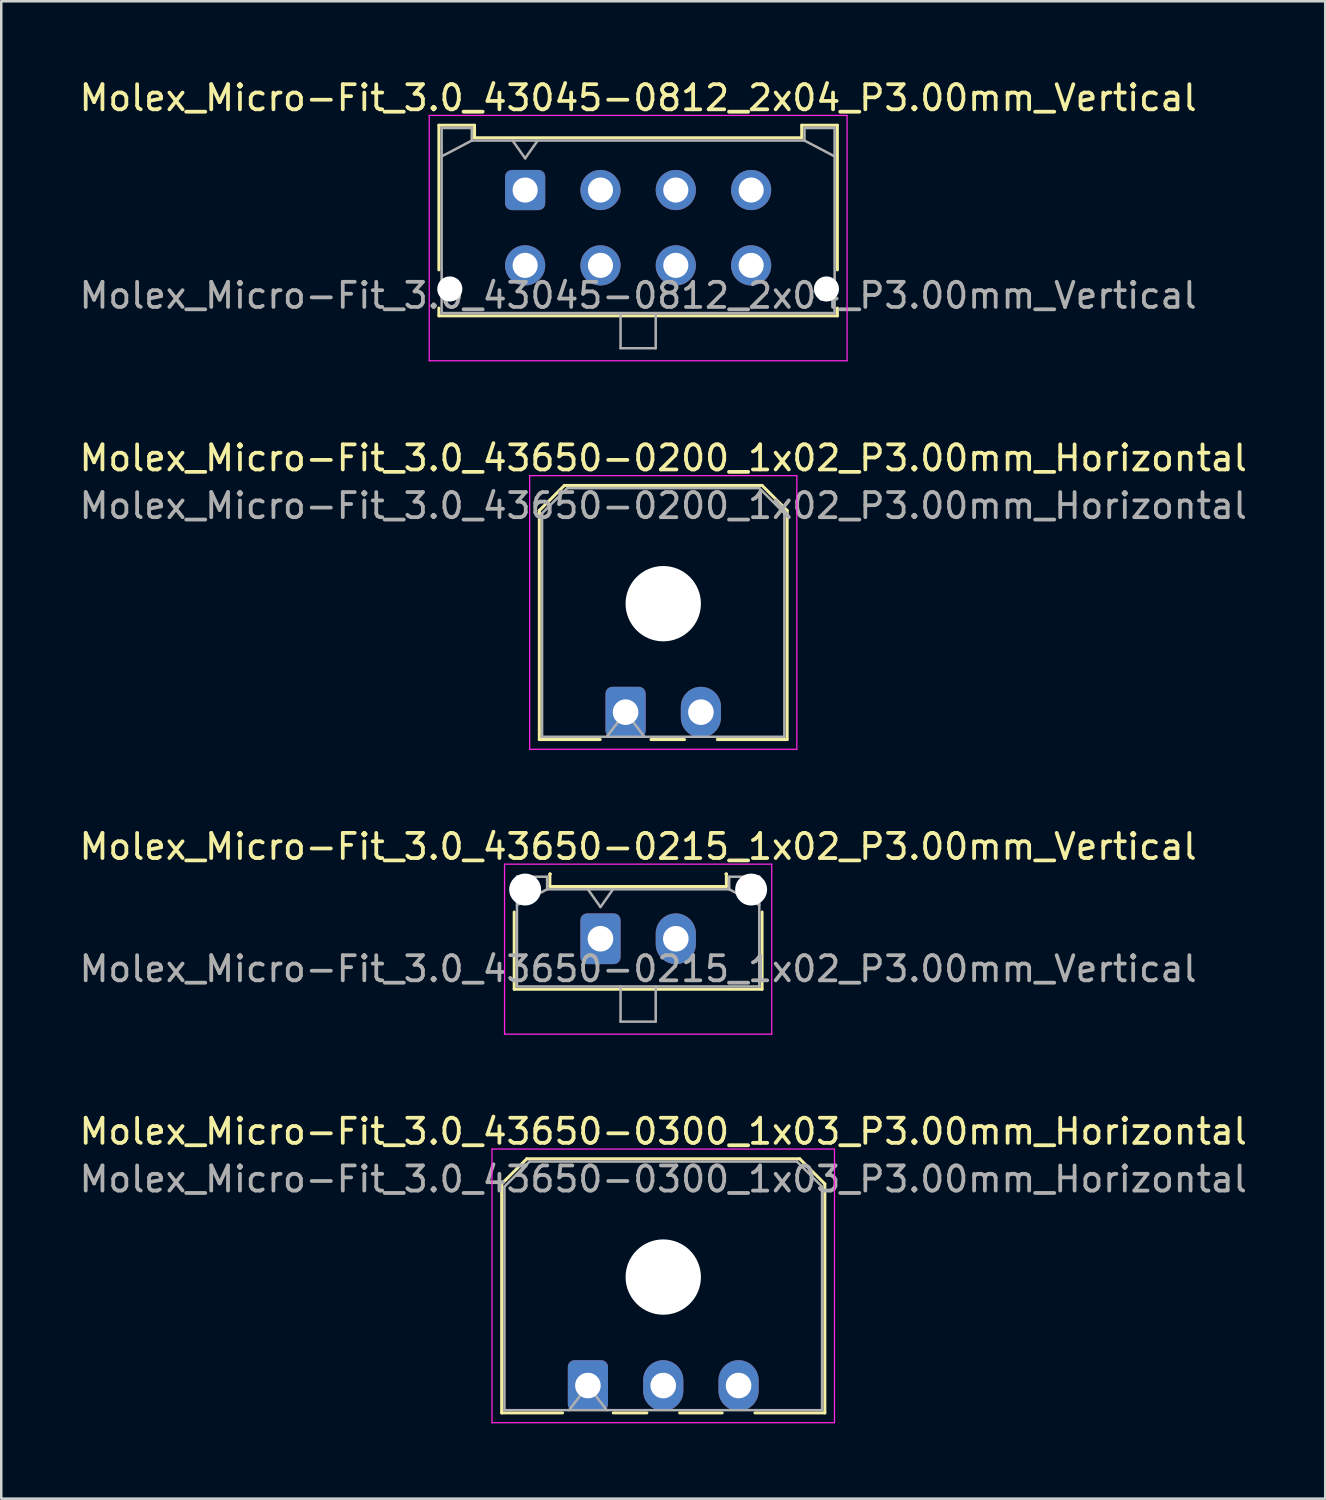
<source format=kicad_pcb>
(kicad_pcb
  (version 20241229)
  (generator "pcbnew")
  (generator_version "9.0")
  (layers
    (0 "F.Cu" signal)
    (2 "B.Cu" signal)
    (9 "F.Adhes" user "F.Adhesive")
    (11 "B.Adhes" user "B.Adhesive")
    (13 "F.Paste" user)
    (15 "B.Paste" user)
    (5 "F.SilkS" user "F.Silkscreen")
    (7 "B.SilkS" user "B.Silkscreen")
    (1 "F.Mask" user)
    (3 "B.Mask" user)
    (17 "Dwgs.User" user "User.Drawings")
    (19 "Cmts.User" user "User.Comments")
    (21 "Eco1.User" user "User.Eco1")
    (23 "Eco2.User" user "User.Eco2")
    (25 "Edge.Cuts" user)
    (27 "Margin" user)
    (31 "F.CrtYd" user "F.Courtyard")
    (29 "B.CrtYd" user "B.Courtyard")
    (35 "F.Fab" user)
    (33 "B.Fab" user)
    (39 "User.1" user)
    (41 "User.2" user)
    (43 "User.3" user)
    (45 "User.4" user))
  (footprint "Molex_Micro-Fit_3.0_43650-0200_1x02_P3.00mm_Horizontal"
    (layer "F.Cu")
    (at 21.863 25.311)
    (property "Reference" "Molex_Micro-Fit_3.0_43650-0200_1x02_P3.00mm_Horizontal" (at 1.5 -10.12 0) (layer "F.SilkS") (effects (font (size 1 1) (thickness 0.15))))
    (attr through_hole)
    (fp_line (start -3.435 -8.03) (end -2.435 -9.03) (stroke (width 0.12) (type solid)) (layer "F.SilkS"))
    (fp_line (start -3.435 1.09) (end -3.435 -8.03) (stroke (width 0.12) (type solid)) (layer "F.SilkS"))
    (fp_line (start -3.435 1.09) (end -1.01 1.09) (stroke (width 0.12) (type solid)) (layer "F.SilkS"))
    (fp_line (start -2.435 -9.03) (end 5.435 -9.03) (stroke (width 0.12) (type solid)) (layer "F.SilkS"))
    (fp_line (start 1.01 1.09) (end 2.348 1.09) (stroke (width 0.12) (type solid)) (layer "F.SilkS"))
    (fp_line (start 5.435 -9.03) (end 6.435 -8.03) (stroke (width 0.12) (type solid)) (layer "F.SilkS"))
    (fp_line (start 6.435 -8.03) (end 6.435 1.09) (stroke (width 0.12) (type solid)) (layer "F.SilkS"))
    (fp_line (start 6.435 1.09) (end 3.652 1.09) (stroke (width 0.12) (type solid)) (layer "F.SilkS"))
    (fp_line (start -3.82 -9.42) (end 6.82 -9.42) (stroke (width 0.05) (type solid)) (layer "F.CrtYd"))
    (fp_line (start -3.82 1.48) (end -3.82 -9.42) (stroke (width 0.05) (type solid)) (layer "F.CrtYd"))
    (fp_line (start 6.82 -9.42) (end 6.82 1.48) (stroke (width 0.05) (type solid)) (layer "F.CrtYd"))
    (fp_line (start 6.82 1.48) (end -3.82 1.48) (stroke (width 0.05) (type solid)) (layer "F.CrtYd"))
    (fp_line (start -3.325 -7.92) (end -2.325 -8.92) (stroke (width 0.1) (type solid)) (layer "F.Fab"))
    (fp_line (start -3.325 0.98) (end -3.325 -7.92) (stroke (width 0.1) (type solid)) (layer "F.Fab"))
    (fp_line (start -2.325 -8.92) (end 5.325 -8.92) (stroke (width 0.1) (type solid)) (layer "F.Fab"))
    (fp_line (start -0.75 0.98) (end 0 0) (stroke (width 0.1) (type solid)) (layer "F.Fab"))
    (fp_line (start 0 0) (end 0.75 0.98) (stroke (width 0.1) (type solid)) (layer "F.Fab"))
    (fp_line (start 5.325 -8.92) (end 6.325 -7.92) (stroke (width 0.1) (type solid)) (layer "F.Fab"))
    (fp_line (start 6.325 -7.92) (end 6.325 0.98) (stroke (width 0.1) (type solid)) (layer "F.Fab"))
    (fp_line (start 6.325 0.98) (end -3.325 0.98) (stroke (width 0.1) (type solid)) (layer "F.Fab"))
    (fp_text user "${REFERENCE}" (at 1.5 -8.22 0) (layer "F.Fab") (effects (font (size 1 1) (thickness 0.15))))
    (pad "" np_thru_hole circle (at 1.5 -4.32) (size 3 3) (drill 3) (layers "*.Cu" "*.Mask"))
    (pad "1" thru_hole roundrect (at 0 0) (size 1.6 2.02) (drill 1.02) (layers "*.Cu" "*.Mask") (roundrect_rratio 0.167))
    (pad "2" thru_hole oval (at 3 0) (size 1.6 2.02) (drill 1.02) (layers "*.Cu" "*.Mask")))
  (footprint "Molex_Micro-Fit_3.0_43650-0215_1x02_P3.00mm_Vertical"
    (layer "F.Cu")
    (at 20.863 34.335)
    (property "Reference" "Molex_Micro-Fit_3.0_43650-0215_1x02_P3.00mm_Vertical" (at 1.5 -3.67 0) (layer "F.SilkS") (effects (font (size 1 1) (thickness 0.15))))
    (attr through_hole)
    (fp_line (start -3.435 -1.065) (end -3.435 2.01) (stroke (width 0.12) (type solid)) (layer "F.SilkS"))
    (fp_line (start -3.435 2.01) (end 6.435 2.01) (stroke (width 0.12) (type solid)) (layer "F.SilkS"))
    (fp_line (start -2.015 -2.58) (end -2.015 -2.08) (stroke (width 0.12) (type solid)) (layer "F.SilkS"))
    (fp_line (start -2.015 -2.08) (end 5.015 -2.08) (stroke (width 0.12) (type solid)) (layer "F.SilkS"))
    (fp_line (start -1.995 -2.58) (end -2.015 -2.58) (stroke (width 0.12) (type solid)) (layer "F.SilkS"))
    (fp_line (start 5.015 -2.58) (end 4.995 -2.58) (stroke (width 0.12) (type solid)) (layer "F.SilkS"))
    (fp_line (start 5.015 -2.08) (end 5.015 -2.58) (stroke (width 0.12) (type solid)) (layer "F.SilkS"))
    (fp_line (start 6.435 2.01) (end 6.435 -1.065) (stroke (width 0.12) (type solid)) (layer "F.SilkS"))
    (fp_line (start -3.82 -2.97) (end 6.82 -2.97) (stroke (width 0.05) (type solid)) (layer "F.CrtYd"))
    (fp_line (start -3.82 3.8) (end -3.82 -2.97) (stroke (width 0.05) (type solid)) (layer "F.CrtYd"))
    (fp_line (start 6.82 -2.97) (end 6.82 3.8) (stroke (width 0.05) (type solid)) (layer "F.CrtYd"))
    (fp_line (start 6.82 3.8) (end -3.82 3.8) (stroke (width 0.05) (type solid)) (layer "F.CrtYd"))
    (fp_line (start -3.325 -2.47) (end -3.325 1.9) (stroke (width 0.1) (type solid)) (layer "F.Fab"))
    (fp_line (start -3.325 -1.34) (end -2.125 -1.97) (stroke (width 0.1) (type solid)) (layer "F.Fab"))
    (fp_line (start -3.325 1.9) (end 6.325 1.9) (stroke (width 0.1) (type solid)) (layer "F.Fab"))
    (fp_line (start -2.125 -2.47) (end -3.325 -2.47) (stroke (width 0.1) (type solid)) (layer "F.Fab"))
    (fp_line (start -2.125 -1.97) (end -2.125 -2.47) (stroke (width 0.1) (type solid)) (layer "F.Fab"))
    (fp_line (start -0.5 -1.97) (end 0 -1.263) (stroke (width 0.1) (type solid)) (layer "F.Fab"))
    (fp_line (start 0 -1.263) (end 0.5 -1.97) (stroke (width 0.1) (type solid)) (layer "F.Fab"))
    (fp_line (start 0.8 1.9) (end 0.8 3.3) (stroke (width 0.1) (type solid)) (layer "F.Fab"))
    (fp_line (start 0.8 3.3) (end 2.2 3.3) (stroke (width 0.1) (type solid)) (layer "F.Fab"))
    (fp_line (start 2.2 3.3) (end 2.2 1.9) (stroke (width 0.1) (type solid)) (layer "F.Fab"))
    (fp_line (start 5.125 -2.47) (end 5.125 -1.97) (stroke (width 0.1) (type solid)) (layer "F.Fab"))
    (fp_line (start 5.125 -1.97) (end -2.125 -1.97) (stroke (width 0.1) (type solid)) (layer "F.Fab"))
    (fp_line (start 6.325 -2.47) (end 5.125 -2.47) (stroke (width 0.1) (type solid)) (layer "F.Fab"))
    (fp_line (start 6.325 -1.34) (end 5.125 -1.97) (stroke (width 0.1) (type solid)) (layer "F.Fab"))
    (fp_line (start 6.325 1.9) (end 6.325 -2.47) (stroke (width 0.1) (type solid)) (layer "F.Fab"))
    (fp_text user "${REFERENCE}" (at 1.5 1.2 0) (layer "F.Fab") (effects (font (size 1 1) (thickness 0.15))))
    (pad "" np_thru_hole circle (at -3 -1.96) (size 1.27 1.27) (drill 1.27) (layers "*.Cu" "*.Mask"))
    (pad "" np_thru_hole circle (at 6 -1.96) (size 1.27 1.27) (drill 1.27) (layers "*.Cu" "*.Mask"))
    (pad "1" thru_hole roundrect (at 0 0) (size 1.6 2.02) (drill 1.02) (layers "*.Cu" "*.Mask") (roundrect_rratio 0.167))
    (pad "2" thru_hole oval (at 3 0) (size 1.6 2.02) (drill 1.02) (layers "*.Cu" "*.Mask")))
  (footprint "Molex_Micro-Fit_3.0_43045-0812_2x04_P3.00mm_Vertical"
    (layer "F.Cu")
    (at 17.863 4.518)
    (property "Reference" "Molex_Micro-Fit_3.0_43045-0812_2x04_P3.00mm_Vertical" (at 4.5 -3.67 0) (layer "F.SilkS") (effects (font (size 1 1) (thickness 0.15))))
    (attr through_hole)
    (fp_line (start -3.435 -2.58) (end -2.015 -2.58) (stroke (width 0.12) (type solid)) (layer "F.SilkS"))
    (fp_line (start -3.435 3.18) (end -3.435 -2.58) (stroke (width 0.12) (type solid)) (layer "F.SilkS"))
    (fp_line (start -3.435 4.7) (end -3.435 5.01) (stroke (width 0.12) (type solid)) (layer "F.SilkS"))
    (fp_line (start -3.435 5.01) (end 12.435 5.01) (stroke (width 0.12) (type solid)) (layer "F.SilkS"))
    (fp_line (start -2.015 -2.58) (end -2.015 -2.08) (stroke (width 0.12) (type solid)) (layer "F.SilkS"))
    (fp_line (start -2.015 -2.08) (end 11.015 -2.08) (stroke (width 0.12) (type solid)) (layer "F.SilkS"))
    (fp_line (start 11.015 -2.58) (end 12.435 -2.58) (stroke (width 0.12) (type solid)) (layer "F.SilkS"))
    (fp_line (start 11.015 -2.08) (end 11.015 -2.58) (stroke (width 0.12) (type solid)) (layer "F.SilkS"))
    (fp_line (start 12.435 -2.58) (end 12.435 3.18) (stroke (width 0.12) (type solid)) (layer "F.SilkS"))
    (fp_line (start 12.435 5.01) (end 12.435 4.7) (stroke (width 0.12) (type solid)) (layer "F.SilkS"))
    (fp_line (start -3.82 -2.97) (end 12.82 -2.97) (stroke (width 0.05) (type solid)) (layer "F.CrtYd"))
    (fp_line (start -3.82 6.8) (end -3.82 -2.97) (stroke (width 0.05) (type solid)) (layer "F.CrtYd"))
    (fp_line (start 12.82 -2.97) (end 12.82 6.8) (stroke (width 0.05) (type solid)) (layer "F.CrtYd"))
    (fp_line (start 12.82 6.8) (end -3.82 6.8) (stroke (width 0.05) (type solid)) (layer "F.CrtYd"))
    (fp_line (start -3.325 -2.47) (end -3.325 4.9) (stroke (width 0.1) (type solid)) (layer "F.Fab"))
    (fp_line (start -3.325 -1.34) (end -2.125 -1.97) (stroke (width 0.1) (type solid)) (layer "F.Fab"))
    (fp_line (start -3.325 4.9) (end 12.325 4.9) (stroke (width 0.1) (type solid)) (layer "F.Fab"))
    (fp_line (start -2.125 -2.47) (end -3.325 -2.47) (stroke (width 0.1) (type solid)) (layer "F.Fab"))
    (fp_line (start -2.125 -1.97) (end -2.125 -2.47) (stroke (width 0.1) (type solid)) (layer "F.Fab"))
    (fp_line (start -0.5 -1.97) (end 0 -1.263) (stroke (width 0.1) (type solid)) (layer "F.Fab"))
    (fp_line (start 0 -1.263) (end 0.5 -1.97) (stroke (width 0.1) (type solid)) (layer "F.Fab"))
    (fp_line (start 3.8 4.9) (end 3.8 6.3) (stroke (width 0.1) (type solid)) (layer "F.Fab"))
    (fp_line (start 3.8 6.3) (end 5.2 6.3) (stroke (width 0.1) (type solid)) (layer "F.Fab"))
    (fp_line (start 5.2 6.3) (end 5.2 4.9) (stroke (width 0.1) (type solid)) (layer "F.Fab"))
    (fp_line (start 11.125 -2.47) (end 11.125 -1.97) (stroke (width 0.1) (type solid)) (layer "F.Fab"))
    (fp_line (start 11.125 -1.97) (end -2.125 -1.97) (stroke (width 0.1) (type solid)) (layer "F.Fab"))
    (fp_line (start 12.325 -2.47) (end 11.125 -2.47) (stroke (width 0.1) (type solid)) (layer "F.Fab"))
    (fp_line (start 12.325 -1.34) (end 11.125 -1.97) (stroke (width 0.1) (type solid)) (layer "F.Fab"))
    (fp_line (start 12.325 4.9) (end 12.325 -2.47) (stroke (width 0.1) (type solid)) (layer "F.Fab"))
    (fp_text user "${REFERENCE}" (at 4.5 4.2 0) (layer "F.Fab") (effects (font (size 1 1) (thickness 0.15))))
    (pad "" np_thru_hole circle (at -3 3.94) (size 1 1) (drill 1) (layers "*.Cu" "*.Mask"))
    (pad "" np_thru_hole circle (at 12 3.94) (size 1 1) (drill 1) (layers "*.Cu" "*.Mask"))
    (pad "1" thru_hole roundrect (at 0 0) (size 1.6 1.6) (drill 1) (layers "*.Cu" "*.Mask") (roundrect_rratio 0.167))
    (pad "2" thru_hole circle (at 3 0) (size 1.6 1.6) (drill 1) (layers "*.Cu" "*.Mask"))
    (pad "3" thru_hole circle (at 6 0) (size 1.6 1.6) (drill 1) (layers "*.Cu" "*.Mask"))
    (pad "4" thru_hole circle (at 9 0) (size 1.6 1.6) (drill 1) (layers "*.Cu" "*.Mask"))
    (pad "5" thru_hole circle (at 0 3) (size 1.6 1.6) (drill 1) (layers "*.Cu" "*.Mask"))
    (pad "6" thru_hole circle (at 3 3) (size 1.6 1.6) (drill 1) (layers "*.Cu" "*.Mask"))
    (pad "7" thru_hole circle (at 6 3) (size 1.6 1.6) (drill 1) (layers "*.Cu" "*.Mask"))
    (pad "8" thru_hole circle (at 9 3) (size 1.6 1.6) (drill 1) (layers "*.Cu" "*.Mask")))
  (footprint "Molex_Micro-Fit_3.0_43650-0300_1x03_P3.00mm_Horizontal"
    (layer "F.Cu")
    (at 20.363 52.128)
    (property "Reference" "Molex_Micro-Fit_3.0_43650-0300_1x03_P3.00mm_Horizontal" (at 3 -10.12 0) (layer "F.SilkS") (effects (font (size 1 1) (thickness 0.15))))
    (attr through_hole)
    (fp_line (start -3.435 -8.03) (end -2.435 -9.03) (stroke (width 0.12) (type solid)) (layer "F.SilkS"))
    (fp_line (start -3.435 1.09) (end -3.435 -8.03) (stroke (width 0.12) (type solid)) (layer "F.SilkS"))
    (fp_line (start -3.435 1.09) (end -1.01 1.09) (stroke (width 0.12) (type solid)) (layer "F.SilkS"))
    (fp_line (start -2.435 -9.03) (end 8.435 -9.03) (stroke (width 0.12) (type solid)) (layer "F.SilkS"))
    (fp_line (start 1.01 1.09) (end 2.348 1.09) (stroke (width 0.12) (type solid)) (layer "F.SilkS"))
    (fp_line (start 3.652 1.09) (end 5.348 1.09) (stroke (width 0.12) (type solid)) (layer "F.SilkS"))
    (fp_line (start 8.435 -9.03) (end 9.435 -8.03) (stroke (width 0.12) (type solid)) (layer "F.SilkS"))
    (fp_line (start 9.435 -8.03) (end 9.435 1.09) (stroke (width 0.12) (type solid)) (layer "F.SilkS"))
    (fp_line (start 9.435 1.09) (end 6.652 1.09) (stroke (width 0.12) (type solid)) (layer "F.SilkS"))
    (fp_line (start -3.82 -9.42) (end 9.82 -9.42) (stroke (width 0.05) (type solid)) (layer "F.CrtYd"))
    (fp_line (start -3.82 1.48) (end -3.82 -9.42) (stroke (width 0.05) (type solid)) (layer "F.CrtYd"))
    (fp_line (start 9.82 -9.42) (end 9.82 1.48) (stroke (width 0.05) (type solid)) (layer "F.CrtYd"))
    (fp_line (start 9.82 1.48) (end -3.82 1.48) (stroke (width 0.05) (type solid)) (layer "F.CrtYd"))
    (fp_line (start -3.325 -7.92) (end -2.325 -8.92) (stroke (width 0.1) (type solid)) (layer "F.Fab"))
    (fp_line (start -3.325 0.98) (end -3.325 -7.92) (stroke (width 0.1) (type solid)) (layer "F.Fab"))
    (fp_line (start -2.325 -8.92) (end 8.325 -8.92) (stroke (width 0.1) (type solid)) (layer "F.Fab"))
    (fp_line (start -0.75 0.98) (end 0 0) (stroke (width 0.1) (type solid)) (layer "F.Fab"))
    (fp_line (start 0 0) (end 0.75 0.98) (stroke (width 0.1) (type solid)) (layer "F.Fab"))
    (fp_line (start 8.325 -8.92) (end 9.325 -7.92) (stroke (width 0.1) (type solid)) (layer "F.Fab"))
    (fp_line (start 9.325 -7.92) (end 9.325 0.98) (stroke (width 0.1) (type solid)) (layer "F.Fab"))
    (fp_line (start 9.325 0.98) (end -3.325 0.98) (stroke (width 0.1) (type solid)) (layer "F.Fab"))
    (fp_text user "${REFERENCE}" (at 3 -8.22 0) (layer "F.Fab") (effects (font (size 1 1) (thickness 0.15))))
    (pad "" np_thru_hole circle (at 3 -4.32) (size 3 3) (drill 3) (layers "*.Cu" "*.Mask"))
    (pad "1" thru_hole roundrect (at 0 0) (size 1.6 2.02) (drill 1.02) (layers "*.Cu" "*.Mask") (roundrect_rratio 0.167))
    (pad "2" thru_hole oval (at 3 0) (size 1.6 2.02) (drill 1.02) (layers "*.Cu" "*.Mask"))
    (pad "3" thru_hole oval (at 6 0) (size 1.6 2.02) (drill 1.02) (layers "*.Cu" "*.Mask")))
  (gr_rect
    (start -3 -3)
    (end 49.726 56.633)
    (stroke (width 0.1) (type default))
    (fill no)
    (layer "Edge.Cuts")))
</source>
